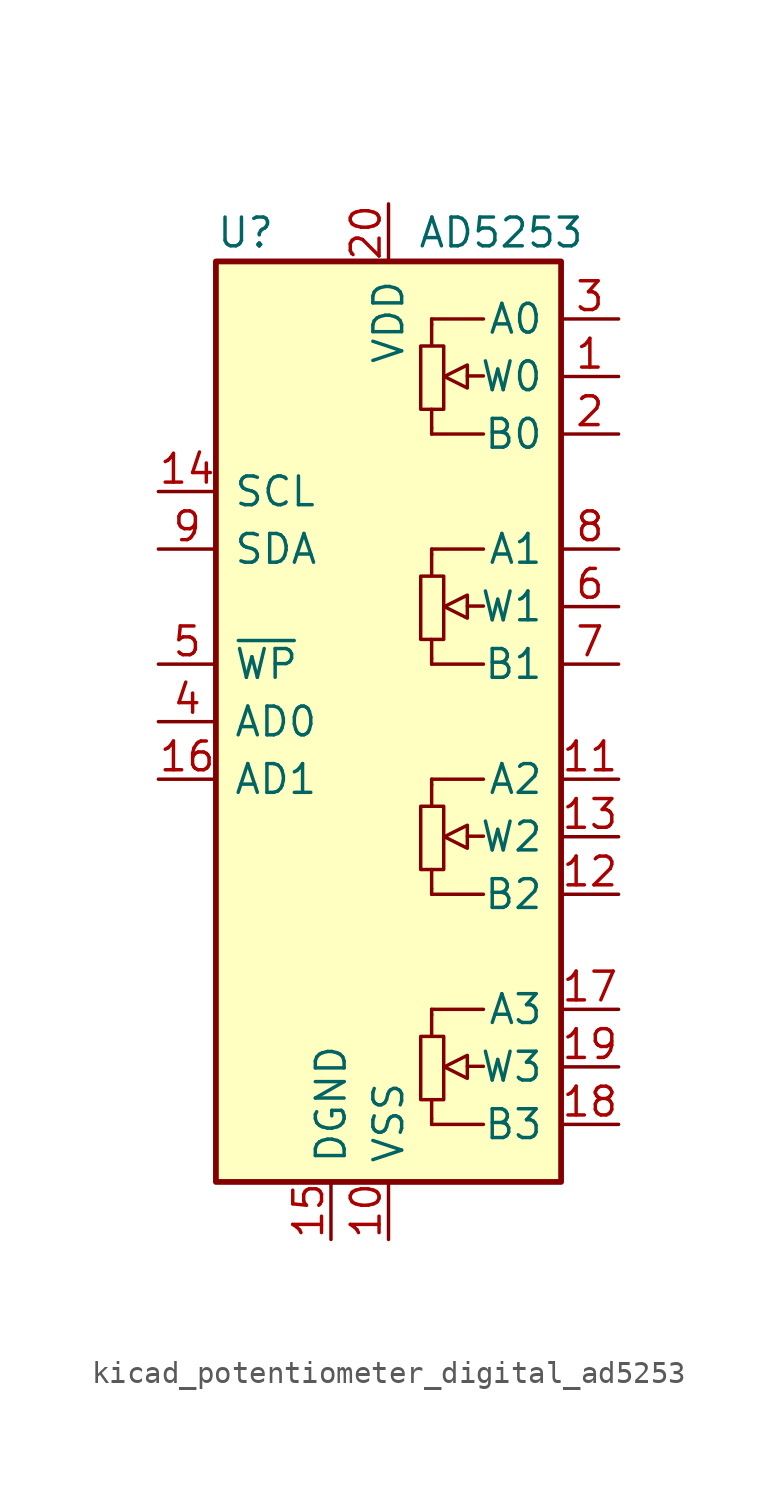
<source format=kicad_sym>
(kicad_symbol_lib
  (version 20220914)
  (generator kicad_symbol_editor)
  (symbol "kicad_potentiometer_digital_ad5253"
    (pin_names
      (offset 0.762))
    (property "Reference" "U"
      (at -7.62 21.59 0)
      (effects (font (size 1.27 1.27)) (justify left)))
    (property "Value" "AD5253"
      (at 1.27 21.59 0)
      (effects (font (size 1.27 1.27)) (justify left)))
    (symbol "kicad_potentiometer_digital_ad5253_0_1"
      (rectangle (start -7.62 20.32) (end 7.62 -20.32) (stroke (width 0.254) (type default)) (fill (type background))))
    (symbol "kicad_potentiometer_digital_ad5253_1_1"
      (polyline (pts (xy 1.905 -17.526) (xy 1.905 -16.688)) (stroke (width 0) (type default)) (fill (type none)))
      (polyline (pts (xy 1.905 -12.929) (xy 1.905 -13.868)) (stroke (width 0) (type default)) (fill (type none)))
      (polyline (pts (xy 1.905 -7.366) (xy 1.905 -6.528)) (stroke (width 0) (type default)) (fill (type none)))
      (polyline (pts (xy 1.905 -2.769) (xy 1.905 -3.708)) (stroke (width 0) (type default)) (fill (type none)))
      (polyline (pts (xy 1.905 2.794) (xy 1.905 3.632)) (stroke (width 0) (type default)) (fill (type none)))
      (polyline (pts (xy 1.905 7.391) (xy 1.905 6.452)) (stroke (width 0) (type default)) (fill (type none)))
      (polyline (pts (xy 1.905 12.954) (xy 1.905 13.792)) (stroke (width 0) (type default)) (fill (type none)))
      (polyline (pts (xy 1.905 17.551) (xy 1.905 16.612)) (stroke (width 0) (type default)) (fill (type none)))
      (polyline (pts (xy 3.48 -15.215) (xy 4.191 -15.215)) (stroke (width 0) (type default)) (fill (type none)))
      (polyline (pts (xy 3.48 -5.055) (xy 4.191 -5.055)) (stroke (width 0) (type default)) (fill (type none)))
      (polyline (pts (xy 3.48 5.105) (xy 4.191 5.105)) (stroke (width 0) (type default)) (fill (type none)))
      (polyline (pts (xy 3.48 15.265) (xy 4.191 15.265)) (stroke (width 0) (type default)) (fill (type none)))
      (polyline (pts (xy 1.905 -17.78) (xy 1.905 -17.526) (xy 1.905 -17.526)) (stroke (width 0) (type default)) (fill (type background)))
      (polyline (pts (xy 1.905 -17.78) (xy 4.191 -17.78) (xy 4.191 -17.78)) (stroke (width 0) (type default)) (fill (type background)))
      (polyline (pts (xy 1.905 -12.7) (xy 1.905 -12.954) (xy 1.905 -12.954)) (stroke (width 0) (type default)) (fill (type none)))
      (polyline (pts (xy 1.905 -12.7) (xy 4.191 -12.7) (xy 4.191 -12.7)) (stroke (width 0) (type default)) (fill (type background)))
      (polyline (pts (xy 1.905 -7.62) (xy 1.905 -7.366) (xy 1.905 -7.366)) (stroke (width 0) (type default)) (fill (type background)))
      (polyline (pts (xy 1.905 -7.62) (xy 4.191 -7.62) (xy 4.191 -7.62)) (stroke (width 0) (type default)) (fill (type background)))
      (polyline (pts (xy 1.905 -2.54) (xy 1.905 -2.794) (xy 1.905 -2.794)) (stroke (width 0) (type default)) (fill (type none)))
      (polyline (pts (xy 1.905 -2.54) (xy 4.191 -2.54) (xy 4.191 -2.54)) (stroke (width 0) (type default)) (fill (type background)))
      (polyline (pts (xy 1.905 2.54) (xy 1.905 2.794) (xy 1.905 2.794)) (stroke (width 0) (type default)) (fill (type background)))
      (polyline (pts (xy 1.905 2.54) (xy 4.191 2.54) (xy 4.191 2.54)) (stroke (width 0) (type default)) (fill (type background)))
      (polyline (pts (xy 1.905 7.62) (xy 1.905 7.366) (xy 1.905 7.366)) (stroke (width 0) (type default)) (fill (type none)))
      (polyline (pts (xy 1.905 7.62) (xy 4.191 7.62) (xy 4.191 7.62)) (stroke (width 0) (type default)) (fill (type background)))
      (polyline (pts (xy 1.905 12.7) (xy 1.905 12.954) (xy 1.905 12.954)) (stroke (width 0) (type default)) (fill (type background)))
      (polyline (pts (xy 1.905 12.7) (xy 4.191 12.7) (xy 4.191 12.7)) (stroke (width 0) (type default)) (fill (type background)))
      (polyline (pts (xy 1.905 17.78) (xy 1.905 17.526) (xy 1.905 17.526)) (stroke (width 0) (type default)) (fill (type none)))
      (polyline (pts (xy 1.905 17.78) (xy 4.191 17.78) (xy 4.191 17.78)) (stroke (width 0) (type default)) (fill (type background)))
      (polyline (pts (xy 3.48 -14.732) (xy 3.48 -15.748) (xy 2.464 -15.24) (xy 3.48 -14.732) (xy 3.48 -14.732)) (stroke (width 0) (type default)) (fill (type background)))
      (polyline (pts (xy 3.48 -4.572) (xy 3.48 -5.588) (xy 2.464 -5.08) (xy 3.48 -4.572) (xy 3.48 -4.572)) (stroke (width 0) (type default)) (fill (type background)))
      (polyline (pts (xy 3.48 5.588) (xy 3.48 4.572) (xy 2.464 5.08) (xy 3.48 5.588) (xy 3.48 5.588)) (stroke (width 0) (type default)) (fill (type background)))
      (polyline (pts (xy 3.48 15.748) (xy 3.48 14.732) (xy 2.464 15.24) (xy 3.48 15.748) (xy 3.48 15.748)) (stroke (width 0) (type default)) (fill (type background)))
      (rectangle (start 1.422 -13.894) (end 2.438 -16.688) (stroke (width 0) (type default)) (fill (type none)))
      (rectangle (start 1.422 -3.734) (end 2.438 -6.528) (stroke (width 0) (type default)) (fill (type none)))
      (rectangle (start 1.422 6.426) (end 2.438 3.632) (stroke (width 0) (type default)) (fill (type none)))
      (rectangle (start 1.422 16.586) (end 2.438 13.792) (stroke (width 0) (type default)) (fill (type none)))
      (pin passive line (at 10.16 15.24 180) (length 2.54) (name "W0" (effects (font (size 1.27 1.27)))) (number "1" (effects (font (size 1.27 1.27)))))
      (pin power_in line (at 0 -22.86 90) (length 2.54) (name "VSS" (effects (font (size 1.27 1.27)))) (number "10" (effects (font (size 1.27 1.27)))))
      (pin passive line (at 10.16 -2.54 180) (length 2.54) (name "A2" (effects (font (size 1.27 1.27)))) (number "11" (effects (font (size 1.27 1.27)))))
      (pin passive line (at 10.16 -7.62 180) (length 2.54) (name "B2" (effects (font (size 1.27 1.27)))) (number "12" (effects (font (size 1.27 1.27)))))
      (pin passive line (at 10.16 -5.08 180) (length 2.54) (name "W2" (effects (font (size 1.27 1.27)))) (number "13" (effects (font (size 1.27 1.27)))))
      (pin input line (at -10.16 10.16 0) (length 2.54) (name "SCL" (effects (font (size 1.27 1.27)))) (number "14" (effects (font (size 1.27 1.27)))))
      (pin power_in line (at -2.54 -22.86 90) (length 2.54) (name "DGND" (effects (font (size 1.27 1.27)))) (number "15" (effects (font (size 1.27 1.27)))))
      (pin input line (at -10.16 -2.54 0) (length 2.54) (name "AD1" (effects (font (size 1.27 1.27)))) (number "16" (effects (font (size 1.27 1.27)))))
      (pin passive line (at 10.16 -12.7 180) (length 2.54) (name "A3" (effects (font (size 1.27 1.27)))) (number "17" (effects (font (size 1.27 1.27)))))
      (pin passive line (at 10.16 -17.78 180) (length 2.54) (name "B3" (effects (font (size 1.27 1.27)))) (number "18" (effects (font (size 1.27 1.27)))))
      (pin passive line (at 10.16 -15.24 180) (length 2.54) (name "W3" (effects (font (size 1.27 1.27)))) (number "19" (effects (font (size 1.27 1.27)))))
      (pin passive line (at 10.16 12.7 180) (length 2.54) (name "B0" (effects (font (size 1.27 1.27)))) (number "2" (effects (font (size 1.27 1.27)))))
      (pin power_in line (at 0 22.86 270) (length 2.54) (name "VDD" (effects (font (size 1.27 1.27)))) (number "20" (effects (font (size 1.27 1.27)))))
      (pin passive line (at 10.16 17.78 180) (length 2.54) (name "A0" (effects (font (size 1.27 1.27)))) (number "3" (effects (font (size 1.27 1.27)))))
      (pin input line (at -10.16 0 0) (length 2.54) (name "AD0" (effects (font (size 1.27 1.27)))) (number "4" (effects (font (size 1.27 1.27)))))
      (pin input line (at -10.16 2.54 0) (length 2.54) (name "~{WP}" (effects (font (size 1.27 1.27)))) (number "5" (effects (font (size 1.27 1.27)))))
      (pin passive line (at 10.16 5.08 180) (length 2.54) (name "W1" (effects (font (size 1.27 1.27)))) (number "6" (effects (font (size 1.27 1.27)))))
      (pin passive line (at 10.16 2.54 180) (length 2.54) (name "B1" (effects (font (size 1.27 1.27)))) (number "7" (effects (font (size 1.27 1.27)))))
      (pin passive line (at 10.16 7.62 180) (length 2.54) (name "A1" (effects (font (size 1.27 1.27)))) (number "8" (effects (font (size 1.27 1.27)))))
      (pin bidirectional line (at -10.16 7.62 0) (length 2.54) (name "SDA" (effects (font (size 1.27 1.27)))) (number "9" (effects (font (size 1.27 1.27))))))))
</source>
